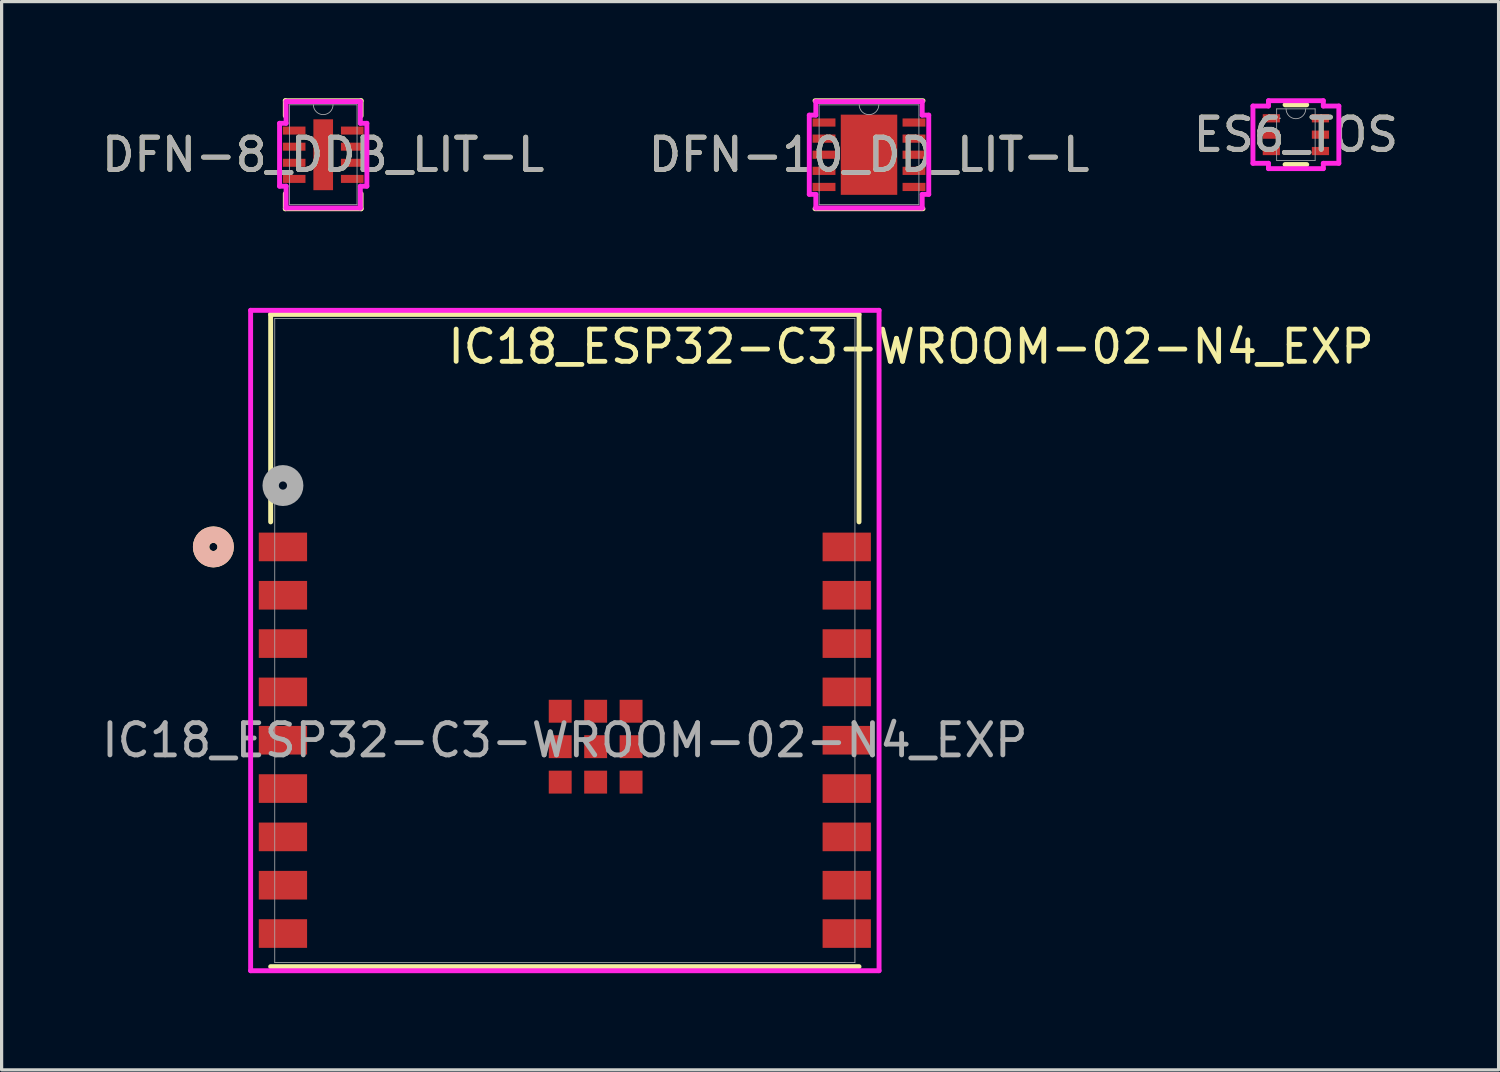
<source format=kicad_pcb>
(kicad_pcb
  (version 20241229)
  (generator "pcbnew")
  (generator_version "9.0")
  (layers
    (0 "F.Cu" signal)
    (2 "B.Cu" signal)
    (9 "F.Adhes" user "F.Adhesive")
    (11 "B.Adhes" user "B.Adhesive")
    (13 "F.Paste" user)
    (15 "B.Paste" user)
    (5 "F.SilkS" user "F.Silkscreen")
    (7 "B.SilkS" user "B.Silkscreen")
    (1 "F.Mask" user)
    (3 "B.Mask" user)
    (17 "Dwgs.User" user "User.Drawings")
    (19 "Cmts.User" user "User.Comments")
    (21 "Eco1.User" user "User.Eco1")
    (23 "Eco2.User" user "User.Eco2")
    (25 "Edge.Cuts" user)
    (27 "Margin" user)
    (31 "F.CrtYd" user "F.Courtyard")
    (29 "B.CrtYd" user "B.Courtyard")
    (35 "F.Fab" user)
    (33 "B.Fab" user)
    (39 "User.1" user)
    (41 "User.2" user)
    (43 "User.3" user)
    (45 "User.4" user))
  (footprint "ES6_TOS"
    (layer "F.Cu")
    (at 37.173 1.13)
    (property "Reference" "ES6_TOS" (at 0 0 0) (unlocked yes) (layer "F.SilkS") (effects (font (size 1 1) (thickness 0.15))))
    (attr smd)
    (fp_line (start -0.336 0.927) (end 0.336 0.927) (stroke (width 0.152) (type solid)) (layer "F.SilkS"))
    (fp_line (start 0.336 -0.927) (end -0.336 -0.927) (stroke (width 0.152) (type solid)) (layer "F.SilkS"))
    (fp_line (start -1.333 -0.889) (end -0.851 -0.889) (stroke (width 0.152) (type solid)) (layer "F.CrtYd"))
    (fp_line (start -1.333 0.889) (end -1.333 -0.889) (stroke (width 0.152) (type solid)) (layer "F.CrtYd"))
    (fp_line (start -0.851 -1.054) (end 0.851 -1.054) (stroke (width 0.152) (type solid)) (layer "F.CrtYd"))
    (fp_line (start -0.851 -0.889) (end -0.851 -1.054) (stroke (width 0.152) (type solid)) (layer "F.CrtYd"))
    (fp_line (start -0.851 0.889) (end -1.333 0.889) (stroke (width 0.152) (type solid)) (layer "F.CrtYd"))
    (fp_line (start -0.851 1.054) (end -0.851 0.889) (stroke (width 0.152) (type solid)) (layer "F.CrtYd"))
    (fp_line (start 0.851 -1.054) (end 0.851 -0.889) (stroke (width 0.152) (type solid)) (layer "F.CrtYd"))
    (fp_line (start 0.851 -0.889) (end 1.333 -0.889) (stroke (width 0.152) (type solid)) (layer "F.CrtYd"))
    (fp_line (start 0.851 0.889) (end 0.851 1.054) (stroke (width 0.152) (type solid)) (layer "F.CrtYd"))
    (fp_line (start 0.851 1.054) (end -0.851 1.054) (stroke (width 0.152) (type solid)) (layer "F.CrtYd"))
    (fp_line (start 1.333 -0.889) (end 1.333 0.889) (stroke (width 0.152) (type solid)) (layer "F.CrtYd"))
    (fp_line (start 1.333 0.889) (end 0.851 0.889) (stroke (width 0.152) (type solid)) (layer "F.CrtYd"))
    (fp_line (start -0.597 -0.8) (end -0.597 0.8) (stroke (width 0.025) (type solid)) (layer "F.Fab"))
    (fp_line (start -0.597 0.8) (end 0.597 0.8) (stroke (width 0.025) (type solid)) (layer "F.Fab"))
    (fp_line (start 0.597 -0.8) (end -0.597 -0.8) (stroke (width 0.025) (type solid)) (layer "F.Fab"))
    (fp_line (start 0.597 0.8) (end 0.597 -0.8) (stroke (width 0.025) (type solid)) (layer "F.Fab"))
    (fp_arc (start 0.3048 -0.8001) (mid 0 -0.4953) (end -0.3048 -0.8001) (stroke (width 0.0254) (type solid)) (layer "F.Fab"))
    (fp_circle (center -0.495 -0.508) (end -0.495 -0.508) (stroke (width 0.025) (type solid)) (fill no) (layer "F.Fab"))
    (fp_text user "${REFERENCE}" (at 0 0 0) (unlocked yes) (layer "F.Fab") (effects (font (size 1 1) (thickness 0.15))))
    (pad "1" smd rect (at -0.762 -0.508) (size 0.533 0.254) (layers "F.Cu" "F.Mask" "F.Paste"))
    (pad "2" smd rect (at -0.762 0) (size 0.533 0.254) (layers "F.Cu" "F.Mask" "F.Paste"))
    (pad "3" smd rect (at -0.762 0.508) (size 0.533 0.254) (layers "F.Cu" "F.Mask" "F.Paste"))
    (pad "4" smd rect (at 0.762 0.508) (size 0.533 0.254) (layers "F.Cu" "F.Mask" "F.Paste"))
    (pad "5" smd rect (at 0.762 0) (size 0.533 0.254) (layers "F.Cu" "F.Mask" "F.Paste"))
    (pad "6" smd rect (at 0.762 -0.508) (size 0.533 0.254) (layers "F.Cu" "F.Mask" "F.Paste")))
  (footprint "IC18_ESP32-C3-WROOM-02-N4_EXP"
    (layer "F.Cu")
    (at 14.482 16.831)
    (property "Reference" "IC18_ESP32-C3-WROOM-02-N4_EXP" (at 10.745 -9.121 0) (unlocked yes) (layer "F.SilkS") (effects (font (size 1 1) (thickness 0.15))))
    (attr smd)
    (fp_line (start -9.131 -10.122) (end -9.131 -3.682) (stroke (width 0.152) (type solid)) (layer "F.SilkS"))
    (fp_line (start -9.131 10.122) (end 9.131 10.122) (stroke (width 0.152) (type solid)) (layer "F.SilkS"))
    (fp_line (start 9.131 -10.122) (end -9.131 -10.122) (stroke (width 0.152) (type solid)) (layer "F.SilkS"))
    (fp_line (start 9.131 -3.682) (end 9.131 -10.122) (stroke (width 0.152) (type solid)) (layer "F.SilkS"))
    (fp_circle (center -10.909 -2.905) (end -10.528 -2.905) (stroke (width 0.508) (type solid)) (fill no) (layer "F.SilkS"))
    (fp_circle (center -10.909 -2.905) (end -10.528 -2.905) (stroke (width 0.508) (type solid)) (fill no) (layer "B.SilkS"))
    (fp_line (start -9.753 -10.249) (end -9.753 10.249) (stroke (width 0.152) (type solid)) (layer "F.CrtYd"))
    (fp_line (start -9.753 10.249) (end 9.753 10.249) (stroke (width 0.152) (type solid)) (layer "F.CrtYd"))
    (fp_line (start 9.753 -10.249) (end -9.753 -10.249) (stroke (width 0.152) (type solid)) (layer "F.CrtYd"))
    (fp_line (start 9.753 10.249) (end 9.753 -10.249) (stroke (width 0.152) (type solid)) (layer "F.CrtYd"))
    (fp_line (start -9.004 -9.995) (end -9.004 9.995) (stroke (width 0.025) (type solid)) (layer "F.Fab"))
    (fp_line (start -9.004 9.995) (end 9.004 9.995) (stroke (width 0.025) (type solid)) (layer "F.Fab"))
    (fp_line (start 9.004 -9.995) (end -9.004 -9.995) (stroke (width 0.025) (type solid)) (layer "F.Fab"))
    (fp_line (start 9.004 9.995) (end 9.004 -9.995) (stroke (width 0.025) (type solid)) (layer "F.Fab"))
    (fp_circle (center -8.75 -4.81) (end -8.369 -4.81) (stroke (width 0.508) (type solid)) (fill no) (layer "F.Fab"))
    (fp_text user "${REFERENCE}" (at 0 3.095 0) (unlocked yes) (layer "F.Fab") (effects (font (size 1 1) (thickness 0.15))))
    (pad "1" smd rect (at -8.75 -2.905) (size 1.499 0.889) (layers "F.Cu" "F.Mask" "F.Paste"))
    (pad "2" smd rect (at -8.75 -1.405) (size 1.499 0.889) (layers "F.Cu" "F.Mask" "F.Paste"))
    (pad "3" smd rect (at -8.75 0.095) (size 1.499 0.889) (layers "F.Cu" "F.Mask" "F.Paste"))
    (pad "4" smd rect (at -8.75 1.595) (size 1.499 0.889) (layers "F.Cu" "F.Mask" "F.Paste"))
    (pad "5" smd rect (at -8.75 3.095) (size 1.499 0.889) (layers "F.Cu" "F.Mask" "F.Paste"))
    (pad "6" smd rect (at -8.75 4.595) (size 1.499 0.889) (layers "F.Cu" "F.Mask" "F.Paste"))
    (pad "7" smd rect (at -8.75 6.095) (size 1.499 0.889) (layers "F.Cu" "F.Mask" "F.Paste"))
    (pad "8" smd rect (at -8.75 7.595) (size 1.499 0.889) (layers "F.Cu" "F.Mask" "F.Paste"))
    (pad "9" smd rect (at -8.75 9.095) (size 1.499 0.889) (layers "F.Cu" "F.Mask" "F.Paste"))
    (pad "10" smd rect (at 8.75 9.095) (size 1.499 0.889) (layers "F.Cu" "F.Mask" "F.Paste"))
    (pad "11" smd rect (at 8.75 7.595) (size 1.499 0.889) (layers "F.Cu" "F.Mask" "F.Paste"))
    (pad "12" smd rect (at 8.75 6.095) (size 1.499 0.889) (layers "F.Cu" "F.Mask" "F.Paste"))
    (pad "13" smd rect (at 8.75 4.595) (size 1.499 0.889) (layers "F.Cu" "F.Mask" "F.Paste"))
    (pad "14" smd rect (at 8.75 3.095) (size 1.499 0.889) (layers "F.Cu" "F.Mask" "F.Paste"))
    (pad "15" smd rect (at 8.75 1.595) (size 1.499 0.889) (layers "F.Cu" "F.Mask" "F.Paste"))
    (pad "16" smd rect (at 8.75 0.095) (size 1.499 0.889) (layers "F.Cu" "F.Mask" "F.Paste"))
    (pad "17" smd rect (at 8.75 -1.405) (size 1.499 0.889) (layers "F.Cu" "F.Mask" "F.Paste"))
    (pad "18" smd rect (at 8.75 -2.905) (size 1.499 0.889) (layers "F.Cu" "F.Mask" "F.Paste"))
    (pad "19" smd rect (at -0.144 2.195) (size 0.711 0.711) (layers "F.Cu" "F.Mask" "F.Paste"))
    (pad "20" smd rect (at 0.956 2.195) (size 0.711 0.711) (layers "F.Cu" "F.Mask" "F.Paste"))
    (pad "21" smd rect (at 2.056 2.195) (size 0.711 0.711) (layers "F.Cu" "F.Mask" "F.Paste"))
    (pad "22" smd rect (at -0.144 3.295) (size 0.711 0.711) (layers "F.Cu" "F.Mask" "F.Paste"))
    (pad "23" smd rect (at 0.956 3.295) (size 0.711 0.711) (layers "F.Cu" "F.Mask" "F.Paste"))
    (pad "24" smd rect (at 2.056 3.295) (size 0.711 0.711) (layers "F.Cu" "F.Mask" "F.Paste"))
    (pad "25" smd rect (at -0.144 4.395) (size 0.711 0.711) (layers "F.Cu" "F.Mask" "F.Paste"))
    (pad "26" smd rect (at 0.956 4.395) (size 0.711 0.711) (layers "F.Cu" "F.Mask" "F.Paste"))
    (pad "27" smd rect (at 2.056 4.395) (size 0.711 0.711) (layers "F.Cu" "F.Mask" "F.Paste")))
  (footprint "DFN-10_DD_LIT-L"
    (layer "F.Cu")
    (at 23.923 1.753)
    (property "Reference" "DFN-10_DD_LIT-L" (at 0 0 0) (unlocked yes) (layer "F.SilkS") (effects (font (size 1 1) (thickness 0.15))))
    (attr smd)
    (fp_line (start -1.676 1.676) (end 1.676 1.676) (stroke (width 0.152) (type solid)) (layer "F.SilkS"))
    (fp_line (start 1.676 -1.676) (end -1.676 -1.676) (stroke (width 0.152) (type solid)) (layer "F.SilkS"))
    (fp_line (start -1.854 -1.229) (end -1.651 -1.229) (stroke (width 0.152) (type solid)) (layer "F.CrtYd"))
    (fp_line (start -1.854 1.229) (end -1.854 -1.229) (stroke (width 0.152) (type solid)) (layer "F.CrtYd"))
    (fp_line (start -1.854 1.229) (end -1.651 1.229) (stroke (width 0.152) (type solid)) (layer "F.CrtYd"))
    (fp_line (start -1.651 -1.651) (end 1.651 -1.651) (stroke (width 0.152) (type solid)) (layer "F.CrtYd"))
    (fp_line (start -1.651 -1.229) (end -1.651 -1.651) (stroke (width 0.152) (type solid)) (layer "F.CrtYd"))
    (fp_line (start -1.651 1.651) (end -1.651 1.229) (stroke (width 0.152) (type solid)) (layer "F.CrtYd"))
    (fp_line (start 1.651 -1.651) (end 1.651 -1.229) (stroke (width 0.152) (type solid)) (layer "F.CrtYd"))
    (fp_line (start 1.651 1.229) (end 1.651 1.651) (stroke (width 0.152) (type solid)) (layer "F.CrtYd"))
    (fp_line (start 1.651 1.651) (end -1.651 1.651) (stroke (width 0.152) (type solid)) (layer "F.CrtYd"))
    (fp_line (start 1.854 -1.229) (end 1.651 -1.229) (stroke (width 0.152) (type solid)) (layer "F.CrtYd"))
    (fp_line (start 1.854 -1.229) (end 1.854 1.229) (stroke (width 0.152) (type solid)) (layer "F.CrtYd"))
    (fp_line (start 1.854 1.229) (end 1.651 1.229) (stroke (width 0.152) (type solid)) (layer "F.CrtYd"))
    (fp_line (start -1.549 -1.549) (end -1.549 1.549) (stroke (width 0.025) (type solid)) (layer "F.Fab"))
    (fp_line (start -1.549 1.549) (end 1.549 1.549) (stroke (width 0.025) (type solid)) (layer "F.Fab"))
    (fp_line (start 1.549 -1.549) (end -1.549 -1.549) (stroke (width 0.025) (type solid)) (layer "F.Fab"))
    (fp_line (start 1.549 1.549) (end 1.549 -1.549) (stroke (width 0.025) (type solid)) (layer "F.Fab"))
    (fp_arc (start 0.3048 -1.5494) (mid 0 -1.2446) (end -0.3048 -1.5494) (stroke (width 0.0254) (type solid)) (layer "F.Fab"))
    (fp_text user "${REFERENCE}" (at 0 0 0) (unlocked yes) (layer "F.Fab") (effects (font (size 1 1) (thickness 0.15))))
    (pad "1" smd rect (at -1.397 -1) (size 0.711 0.254) (layers "F.Cu" "F.Mask" "F.Paste"))
    (pad "2" smd rect (at -1.397 -0.5) (size 0.711 0.254) (layers "F.Cu" "F.Mask" "F.Paste"))
    (pad "3" smd rect (at -1.397 0) (size 0.711 0.254) (layers "F.Cu" "F.Mask" "F.Paste"))
    (pad "4" smd rect (at -1.397 0.5) (size 0.711 0.254) (layers "F.Cu" "F.Mask" "F.Paste"))
    (pad "5" smd rect (at -1.397 1) (size 0.711 0.254) (layers "F.Cu" "F.Mask" "F.Paste"))
    (pad "6" smd rect (at 1.397 1) (size 0.711 0.254) (layers "F.Cu" "F.Mask" "F.Paste"))
    (pad "7" smd rect (at 1.397 0.5) (size 0.711 0.254) (layers "F.Cu" "F.Mask" "F.Paste"))
    (pad "8" smd rect (at 1.397 0) (size 0.711 0.254) (layers "F.Cu" "F.Mask" "F.Paste"))
    (pad "9" smd rect (at 1.397 -0.5) (size 0.711 0.254) (layers "F.Cu" "F.Mask" "F.Paste"))
    (pad "10" smd rect (at 1.397 -1) (size 0.711 0.254) (layers "F.Cu" "F.Mask" "F.Paste"))
    (pad "11" smd rect (at 0 0) (size 1.753 2.489) (layers "F.Cu" "F.Mask" "F.Paste")))
  (footprint "DFN-8_DDB_LIT-L"
    (layer "F.Cu")
    (at 6.982 1.753)
    (property "Reference" "DFN-8_DDB_LIT-L" (at 0 0 0) (unlocked yes) (layer "F.SilkS") (effects (font (size 1 1) (thickness 0.15))))
    (attr smd)
    (fp_line (start -1.177 -1.677) (end -1.177 -1.207) (stroke (width 0.152) (type solid)) (layer "F.SilkS"))
    (fp_line (start -1.177 1.207) (end -1.177 1.677) (stroke (width 0.152) (type solid)) (layer "F.SilkS"))
    (fp_line (start -1.177 1.677) (end 1.177 1.677) (stroke (width 0.152) (type solid)) (layer "F.SilkS"))
    (fp_line (start 1.177 -1.677) (end -1.177 -1.677) (stroke (width 0.152) (type solid)) (layer "F.SilkS"))
    (fp_line (start 1.177 -1.207) (end 1.177 -1.677) (stroke (width 0.152) (type solid)) (layer "F.SilkS"))
    (fp_line (start 1.177 1.677) (end 1.177 1.207) (stroke (width 0.152) (type solid)) (layer "F.SilkS"))
    (fp_line (start -1.355 -0.976) (end -1.152 -0.976) (stroke (width 0.152) (type solid)) (layer "F.CrtYd"))
    (fp_line (start -1.355 0.976) (end -1.355 -0.976) (stroke (width 0.152) (type solid)) (layer "F.CrtYd"))
    (fp_line (start -1.355 0.976) (end -1.152 0.976) (stroke (width 0.152) (type solid)) (layer "F.CrtYd"))
    (fp_line (start -1.152 -1.652) (end 1.152 -1.652) (stroke (width 0.152) (type solid)) (layer "F.CrtYd"))
    (fp_line (start -1.152 -0.976) (end -1.152 -1.652) (stroke (width 0.152) (type solid)) (layer "F.CrtYd"))
    (fp_line (start -1.152 1.652) (end -1.152 0.976) (stroke (width 0.152) (type solid)) (layer "F.CrtYd"))
    (fp_line (start 1.152 -1.652) (end 1.152 -0.976) (stroke (width 0.152) (type solid)) (layer "F.CrtYd"))
    (fp_line (start 1.152 0.976) (end 1.152 1.652) (stroke (width 0.152) (type solid)) (layer "F.CrtYd"))
    (fp_line (start 1.152 1.652) (end -1.152 1.652) (stroke (width 0.152) (type solid)) (layer "F.CrtYd"))
    (fp_line (start 1.355 -0.976) (end 1.152 -0.976) (stroke (width 0.152) (type solid)) (layer "F.CrtYd"))
    (fp_line (start 1.355 -0.976) (end 1.355 0.976) (stroke (width 0.152) (type solid)) (layer "F.CrtYd"))
    (fp_line (start 1.355 0.976) (end 1.152 0.976) (stroke (width 0.152) (type solid)) (layer "F.CrtYd"))
    (fp_line (start -1.05 -1.55) (end -1.05 1.55) (stroke (width 0.025) (type solid)) (layer "F.Fab"))
    (fp_line (start -1.05 1.55) (end 1.05 1.55) (stroke (width 0.025) (type solid)) (layer "F.Fab"))
    (fp_line (start 1.05 -1.55) (end -1.05 -1.55) (stroke (width 0.025) (type solid)) (layer "F.Fab"))
    (fp_line (start 1.05 1.55) (end 1.05 -1.55) (stroke (width 0.025) (type solid)) (layer "F.Fab"))
    (fp_arc (start 0.3048 -1.549999) (mid 0 -1.245199) (end -0.3048 -1.549999) (stroke (width 0.0254) (type solid)) (layer "F.Fab"))
    (fp_text user "${REFERENCE}" (at 0 0 0) (unlocked yes) (layer "F.Fab") (effects (font (size 1 1) (thickness 0.15))))
    (pad "1" smd rect (at -0.902 -0.75) (size 0.703 0.249) (layers "F.Cu" "F.Mask" "F.Paste"))
    (pad "2" smd rect (at -0.902 -0.25) (size 0.703 0.249) (layers "F.Cu" "F.Mask" "F.Paste"))
    (pad "3" smd rect (at -0.902 0.25) (size 0.703 0.249) (layers "F.Cu" "F.Mask" "F.Paste"))
    (pad "4" smd rect (at -0.902 0.75) (size 0.703 0.249) (layers "F.Cu" "F.Mask" "F.Paste"))
    (pad "5" smd rect (at 0.902 0.75) (size 0.703 0.249) (layers "F.Cu" "F.Mask" "F.Paste"))
    (pad "6" smd rect (at 0.902 0.25) (size 0.703 0.249) (layers "F.Cu" "F.Mask" "F.Paste"))
    (pad "7" smd rect (at 0.902 -0.25) (size 0.703 0.249) (layers "F.Cu" "F.Mask" "F.Paste"))
    (pad "8" smd rect (at 0.902 -0.75) (size 0.703 0.249) (layers "F.Cu" "F.Mask" "F.Paste"))
    (pad "9" smd rect (at 0 0) (size 0.61 2.2) (layers "F.Cu" "F.Mask" "F.Paste")))
  (gr_rect
    (start -3 -3)
    (end 43.464 30.157)
    (stroke (width 0.1) (type default))
    (fill no)
    (layer "Edge.Cuts")))
</source>
